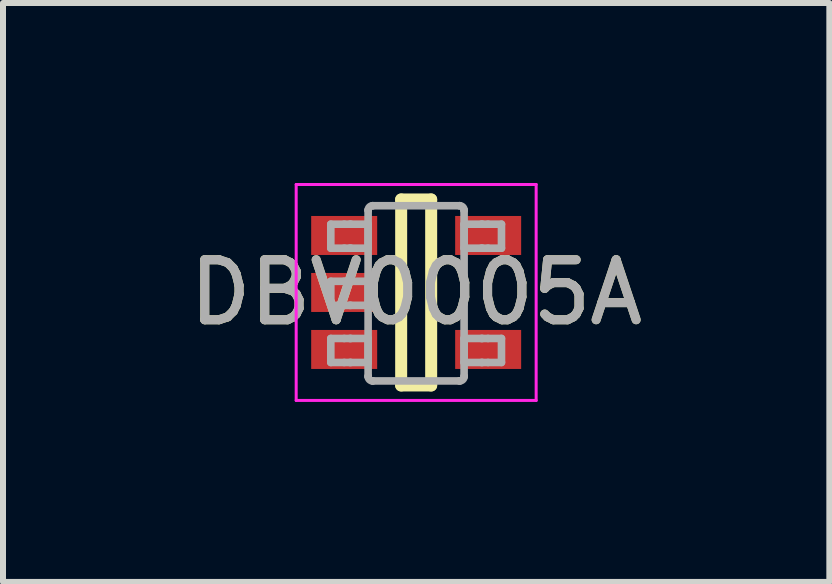
<source format=kicad_pcb>
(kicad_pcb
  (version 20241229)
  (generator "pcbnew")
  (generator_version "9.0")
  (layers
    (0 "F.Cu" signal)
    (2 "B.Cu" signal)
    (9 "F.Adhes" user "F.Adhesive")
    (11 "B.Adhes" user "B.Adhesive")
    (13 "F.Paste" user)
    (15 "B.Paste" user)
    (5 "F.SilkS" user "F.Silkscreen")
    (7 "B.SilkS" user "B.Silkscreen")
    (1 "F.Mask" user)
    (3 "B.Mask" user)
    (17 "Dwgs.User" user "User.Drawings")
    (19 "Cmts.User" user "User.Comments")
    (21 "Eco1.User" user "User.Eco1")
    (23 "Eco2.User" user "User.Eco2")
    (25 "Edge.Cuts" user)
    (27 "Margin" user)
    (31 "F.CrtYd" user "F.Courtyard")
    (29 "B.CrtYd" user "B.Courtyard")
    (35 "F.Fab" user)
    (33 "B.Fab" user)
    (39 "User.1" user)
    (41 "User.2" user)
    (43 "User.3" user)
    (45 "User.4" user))
  (footprint "DBV0005A"
    (layer "F.Cu")
    (at 3.887 1.825)
    (property "Reference" "DBV0005A" (at 0 0 0) (unlocked yes) (layer "F.SilkS") (effects (font (size 1 1) (thickness 0.15))))
    (attr smd)
    (fp_line (start -0.25 -1.55) (end 0.25 -1.55) (stroke (width 0.2) (type solid)) (layer "F.SilkS"))
    (fp_line (start -0.25 1.55) (end -0.25 -1.55) (stroke (width 0.2) (type solid)) (layer "F.SilkS"))
    (fp_line (start -0.25 1.55) (end 0.25 1.55) (stroke (width 0.2) (type solid)) (layer "F.SilkS"))
    (fp_line (start 0.25 1.55) (end 0.25 -1.55) (stroke (width 0.2) (type solid)) (layer "F.SilkS"))
    (fp_line (start -2 -1.8) (end 2 -1.8) (stroke (width 0.05) (type solid)) (layer "F.CrtYd"))
    (fp_line (start -2 1.8) (end -2 -1.8) (stroke (width 0.05) (type solid)) (layer "F.CrtYd"))
    (fp_line (start -2 1.8) (end 2 1.8) (stroke (width 0.05) (type solid)) (layer "F.CrtYd"))
    (fp_line (start 2 1.8) (end 2 -1.8) (stroke (width 0.05) (type solid)) (layer "F.CrtYd"))
    (fp_line (start -1.423 -1.138) (end -1.199 -1.138) (stroke (width 0.127) (type solid)) (layer "F.Fab"))
    (fp_line (start -1.423 -0.738) (end -1.423 -1.138) (stroke (width 0.127) (type solid)) (layer "F.Fab"))
    (fp_line (start -1.423 -0.738) (end -1.199 -0.738) (stroke (width 0.127) (type solid)) (layer "F.Fab"))
    (fp_line (start -1.423 -0.186) (end -1.199 -0.186) (stroke (width 0.127) (type solid)) (layer "F.Fab"))
    (fp_line (start -1.423 0.215) (end -1.423 -0.186) (stroke (width 0.127) (type solid)) (layer "F.Fab"))
    (fp_line (start -1.423 0.215) (end -1.199 0.215) (stroke (width 0.127) (type solid)) (layer "F.Fab"))
    (fp_line (start -1.423 0.767) (end -1.199 0.767) (stroke (width 0.127) (type solid)) (layer "F.Fab"))
    (fp_line (start -1.423 1.167) (end -1.423 0.767) (stroke (width 0.127) (type solid)) (layer "F.Fab"))
    (fp_line (start -1.423 1.167) (end -1.199 1.167) (stroke (width 0.127) (type solid)) (layer "F.Fab"))
    (fp_line (start -1.199 -1.138) (end -1.105 -1.138) (stroke (width 0.127) (type solid)) (layer "F.Fab"))
    (fp_line (start -1.199 -0.738) (end -1.105 -0.738) (stroke (width 0.127) (type solid)) (layer "F.Fab"))
    (fp_line (start -1.199 -0.186) (end -1.105 -0.186) (stroke (width 0.127) (type solid)) (layer "F.Fab"))
    (fp_line (start -1.199 0.215) (end -1.105 0.215) (stroke (width 0.127) (type solid)) (layer "F.Fab"))
    (fp_line (start -1.199 0.767) (end -1.105 0.767) (stroke (width 0.127) (type solid)) (layer "F.Fab"))
    (fp_line (start -1.199 1.167) (end -1.105 1.167) (stroke (width 0.127) (type solid)) (layer "F.Fab"))
    (fp_line (start -1.105 -1.138) (end -1.088 -1.138) (stroke (width 0.127) (type solid)) (layer "F.Fab"))
    (fp_line (start -1.105 -0.738) (end -1.088 -0.738) (stroke (width 0.127) (type solid)) (layer "F.Fab"))
    (fp_line (start -1.105 -0.186) (end -1.088 -0.186) (stroke (width 0.127) (type solid)) (layer "F.Fab"))
    (fp_line (start -1.105 0.215) (end -1.088 0.215) (stroke (width 0.127) (type solid)) (layer "F.Fab"))
    (fp_line (start -1.105 0.767) (end -1.088 0.767) (stroke (width 0.127) (type solid)) (layer "F.Fab"))
    (fp_line (start -1.105 1.167) (end -1.088 1.167) (stroke (width 0.127) (type solid)) (layer "F.Fab"))
    (fp_line (start -1.088 -1.138) (end -0.835 -1.138) (stroke (width 0.127) (type solid)) (layer "F.Fab"))
    (fp_line (start -1.088 -0.738) (end -0.835 -0.738) (stroke (width 0.127) (type solid)) (layer "F.Fab"))
    (fp_line (start -1.088 -0.186) (end -0.835 -0.186) (stroke (width 0.127) (type solid)) (layer "F.Fab"))
    (fp_line (start -1.088 0.215) (end -0.835 0.215) (stroke (width 0.127) (type solid)) (layer "F.Fab"))
    (fp_line (start -1.088 0.767) (end -0.835 0.767) (stroke (width 0.127) (type solid)) (layer "F.Fab"))
    (fp_line (start -1.088 1.167) (end -0.835 1.167) (stroke (width 0.127) (type solid)) (layer "F.Fab"))
    (fp_line (start -0.835 -1.138) (end -0.801 -1.138) (stroke (width 0.127) (type solid)) (layer "F.Fab"))
    (fp_line (start -0.835 -0.738) (end -0.801 -0.738) (stroke (width 0.127) (type solid)) (layer "F.Fab"))
    (fp_line (start -0.835 -0.186) (end -0.801 -0.186) (stroke (width 0.127) (type solid)) (layer "F.Fab"))
    (fp_line (start -0.835 0.215) (end -0.801 0.215) (stroke (width 0.127) (type solid)) (layer "F.Fab"))
    (fp_line (start -0.835 0.767) (end -0.801 0.767) (stroke (width 0.127) (type solid)) (layer "F.Fab"))
    (fp_line (start -0.835 1.167) (end -0.801 1.167) (stroke (width 0.127) (type solid)) (layer "F.Fab"))
    (fp_line (start -0.801 -1.37) (end -0.801 -1.371) (stroke (width 0.127) (type solid)) (layer "F.Fab"))
    (fp_line (start -0.801 -0.738) (end -0.801 -1.138) (stroke (width 0.127) (type solid)) (layer "F.Fab"))
    (fp_line (start -0.801 0.215) (end -0.801 -0.186) (stroke (width 0.127) (type solid)) (layer "F.Fab"))
    (fp_line (start -0.801 1.167) (end -0.801 0.767) (stroke (width 0.127) (type solid)) (layer "F.Fab"))
    (fp_line (start -0.801 1.399) (end -0.801 -1.37) (stroke (width 0.127) (type solid)) (layer "F.Fab"))
    (fp_line (start -0.801 1.4) (end -0.801 1.399) (stroke (width 0.127) (type solid)) (layer "F.Fab"))
    (fp_line (start -0.725 -1.446) (end -0.725 -1.446) (stroke (width 0.127) (type solid)) (layer "F.Fab"))
    (fp_line (start -0.725 1.475) (end -0.725 1.475) (stroke (width 0.127) (type solid)) (layer "F.Fab"))
    (fp_line (start -0.725 -1.446) (end 0.723 -1.446) (stroke (width 0.127) (type solid)) (layer "F.Fab"))
    (fp_line (start -0.725 1.475) (end 0.723 1.475) (stroke (width 0.127) (type solid)) (layer "F.Fab"))
    (fp_line (start 0.723 -1.446) (end 0.724 -1.446) (stroke (width 0.127) (type solid)) (layer "F.Fab"))
    (fp_line (start 0.723 1.475) (end 0.724 1.475) (stroke (width 0.127) (type solid)) (layer "F.Fab"))
    (fp_line (start 0.799 -1.37) (end 0.799 -1.371) (stroke (width 0.127) (type solid)) (layer "F.Fab"))
    (fp_line (start 0.799 -1.138) (end 0.834 -1.138) (stroke (width 0.127) (type solid)) (layer "F.Fab"))
    (fp_line (start 0.799 -0.738) (end 0.799 -1.138) (stroke (width 0.127) (type solid)) (layer "F.Fab"))
    (fp_line (start 0.799 -0.738) (end 0.834 -0.738) (stroke (width 0.127) (type solid)) (layer "F.Fab"))
    (fp_line (start 0.799 0.767) (end 0.834 0.767) (stroke (width 0.127) (type solid)) (layer "F.Fab"))
    (fp_line (start 0.799 1.167) (end 0.799 0.767) (stroke (width 0.127) (type solid)) (layer "F.Fab"))
    (fp_line (start 0.799 1.167) (end 0.834 1.167) (stroke (width 0.127) (type solid)) (layer "F.Fab"))
    (fp_line (start 0.799 1.399) (end 0.799 -1.37) (stroke (width 0.127) (type solid)) (layer "F.Fab"))
    (fp_line (start 0.799 1.4) (end 0.799 1.399) (stroke (width 0.127) (type solid)) (layer "F.Fab"))
    (fp_line (start 0.834 -1.138) (end 1.087 -1.138) (stroke (width 0.127) (type solid)) (layer "F.Fab"))
    (fp_line (start 0.834 -0.738) (end 1.087 -0.738) (stroke (width 0.127) (type solid)) (layer "F.Fab"))
    (fp_line (start 0.834 0.767) (end 1.087 0.767) (stroke (width 0.127) (type solid)) (layer "F.Fab"))
    (fp_line (start 0.834 1.167) (end 1.087 1.167) (stroke (width 0.127) (type solid)) (layer "F.Fab"))
    (fp_line (start 1.087 -1.138) (end 1.103 -1.138) (stroke (width 0.127) (type solid)) (layer "F.Fab"))
    (fp_line (start 1.087 -0.738) (end 1.103 -0.738) (stroke (width 0.127) (type solid)) (layer "F.Fab"))
    (fp_line (start 1.087 0.767) (end 1.103 0.767) (stroke (width 0.127) (type solid)) (layer "F.Fab"))
    (fp_line (start 1.087 1.167) (end 1.103 1.167) (stroke (width 0.127) (type solid)) (layer "F.Fab"))
    (fp_line (start 1.103 -1.138) (end 1.198 -1.138) (stroke (width 0.127) (type solid)) (layer "F.Fab"))
    (fp_line (start 1.103 -0.738) (end 1.198 -0.738) (stroke (width 0.127) (type solid)) (layer "F.Fab"))
    (fp_line (start 1.103 0.767) (end 1.198 0.767) (stroke (width 0.127) (type solid)) (layer "F.Fab"))
    (fp_line (start 1.103 1.167) (end 1.198 1.167) (stroke (width 0.127) (type solid)) (layer "F.Fab"))
    (fp_line (start 1.198 -1.138) (end 1.422 -1.138) (stroke (width 0.127) (type solid)) (layer "F.Fab"))
    (fp_line (start 1.198 -0.738) (end 1.422 -0.738) (stroke (width 0.127) (type solid)) (layer "F.Fab"))
    (fp_line (start 1.198 0.767) (end 1.422 0.767) (stroke (width 0.127) (type solid)) (layer "F.Fab"))
    (fp_line (start 1.198 1.167) (end 1.422 1.167) (stroke (width 0.127) (type solid)) (layer "F.Fab"))
    (fp_line (start 1.422 -0.738) (end 1.422 -1.138) (stroke (width 0.127) (type solid)) (layer "F.Fab"))
    (fp_line (start 1.422 1.167) (end 1.422 0.767) (stroke (width 0.127) (type solid)) (layer "F.Fab"))
    (fp_arc (start -0.80074 -1.37084) (mid -0.778218 -1.423887) (end -0.724999 -1.445998) (stroke (width 0.127) (type solid)) (layer "F.Fab"))
    (fp_arc (start -0.724999 1.475) (mid -0.778213 1.452901) (end -0.80074 1.399867) (stroke (width 0.127) (type solid)) (layer "F.Fab"))
    (fp_arc (start 0.723714 -1.445998) (mid 0.776933 -1.423887) (end 0.799455 -1.37084) (stroke (width 0.127) (type solid)) (layer "F.Fab"))
    (fp_arc (start 0.799455 1.399868) (mid 0.776927 1.452901) (end 0.723713 1.475) (stroke (width 0.127) (type solid)) (layer "F.Fab"))
    (fp_text user "${REFERENCE}" (at 0 0 0) (unlocked yes) (layer "F.Fab") (effects (font (size 1 1) (thickness 0.15))))
    (pad "1" smd rect (at -1.2 -0.95 90) (size 0.65 1.1) (layers "F.Cu" "F.Mask" "F.Paste"))
    (pad "2" smd rect (at -1.2 0 90) (size 0.65 1.1) (layers "F.Cu" "F.Mask" "F.Paste"))
    (pad "3" smd rect (at -1.2 0.95 90) (size 0.65 1.1) (layers "F.Cu" "F.Mask" "F.Paste"))
    (pad "4" smd rect (at 1.2 0.95 90) (size 0.65 1.1) (layers "F.Cu" "F.Mask" "F.Paste"))
    (pad "5" smd rect (at 1.2 -0.95 90) (size 0.65 1.1) (layers "F.Cu" "F.Mask" "F.Paste")))
  (gr_rect
    (start -3 -3)
    (end 10.774 6.65)
    (stroke (width 0.1) (type default))
    (fill no)
    (layer "Edge.Cuts")))
</source>
